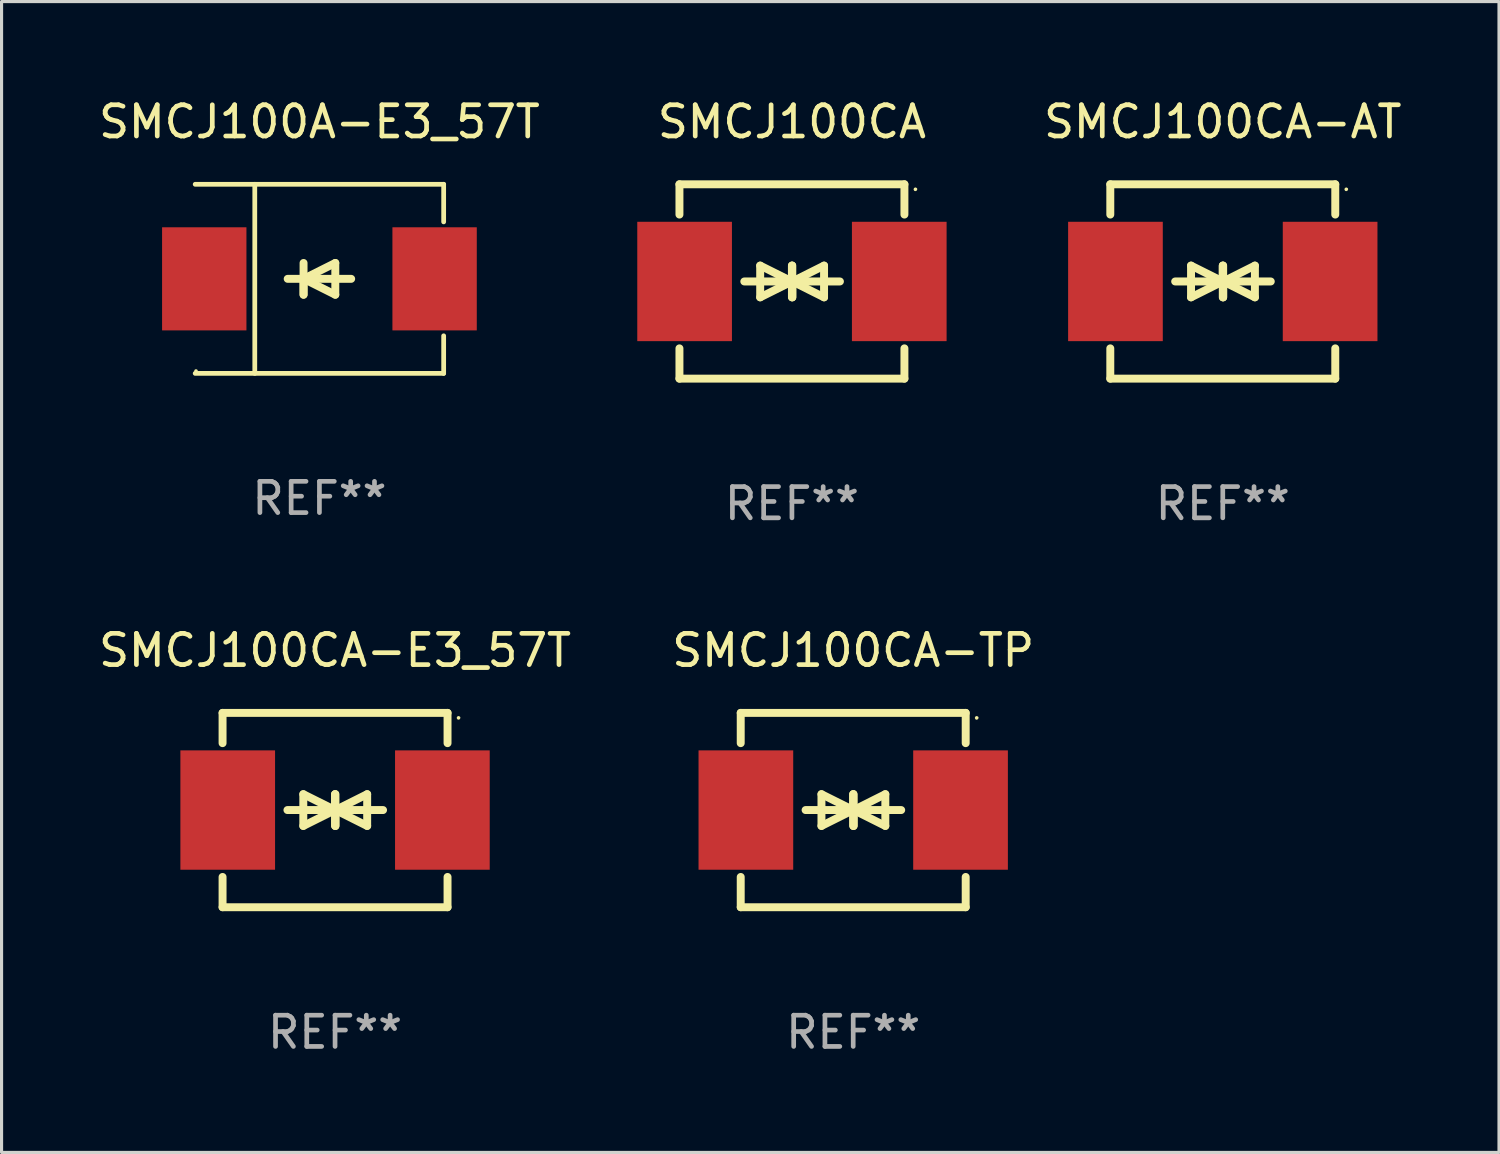
<source format=kicad_pcb>
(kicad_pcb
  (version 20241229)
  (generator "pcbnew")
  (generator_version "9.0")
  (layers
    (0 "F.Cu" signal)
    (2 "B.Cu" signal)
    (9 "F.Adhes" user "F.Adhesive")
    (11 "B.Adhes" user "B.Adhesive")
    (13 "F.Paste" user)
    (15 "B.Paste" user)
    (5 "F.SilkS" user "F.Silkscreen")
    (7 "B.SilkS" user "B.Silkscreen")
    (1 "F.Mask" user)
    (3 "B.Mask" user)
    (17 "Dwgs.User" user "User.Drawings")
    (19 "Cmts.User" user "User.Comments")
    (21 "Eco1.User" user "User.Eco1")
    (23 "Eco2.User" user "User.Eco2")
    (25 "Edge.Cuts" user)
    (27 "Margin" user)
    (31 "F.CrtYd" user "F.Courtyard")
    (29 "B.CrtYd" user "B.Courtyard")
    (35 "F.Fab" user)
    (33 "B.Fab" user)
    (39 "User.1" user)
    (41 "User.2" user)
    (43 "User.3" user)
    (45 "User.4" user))
  (footprint "SMCJ100CA"
    (layer "F.Cu")
    (at 22.295 5.958)
    (property "Reference" "SMCJ100CA" (at 0 -5.11 0) (layer "F.SilkS") (effects (font (size 1 1) (thickness 0.15))))
    (attr through_hole)
    (fp_line (start -3.6 -2.141) (end -3.6 -3.11) (stroke (width 0.254) (type solid)) (layer "F.SilkS"))
    (fp_line (start -3.6 3.11) (end -3.6 2.141) (stroke (width 0.254) (type solid)) (layer "F.SilkS"))
    (fp_line (start -1.524 0) (end 0.508 0) (stroke (width 0.254) (type solid)) (layer "F.SilkS"))
    (fp_line (start -1.016 -0.508) (end -1.016 0.508) (stroke (width 0.254) (type solid)) (layer "F.SilkS"))
    (fp_line (start -1.016 0.508) (end 0 0) (stroke (width 0.254) (type solid)) (layer "F.SilkS"))
    (fp_line (start 0 -0.508) (end 0 0.508) (stroke (width 0.254) (type solid)) (layer "F.SilkS"))
    (fp_line (start 0 0) (end -1.016 -0.508) (stroke (width 0.254) (type solid)) (layer "F.SilkS"))
    (fp_line (start 0 0) (end 0 -0.508) (stroke (width 0.254) (type solid)) (layer "F.SilkS"))
    (fp_line (start 0.012 0) (end 0.012 0.508) (stroke (width 0.254) (type solid)) (layer "F.SilkS"))
    (fp_line (start 0.012 0) (end 1.028 0.508) (stroke (width 0.254) (type solid)) (layer "F.SilkS"))
    (fp_line (start 0.012 0.508) (end 0.012 -0.508) (stroke (width 0.254) (type solid)) (layer "F.SilkS"))
    (fp_line (start 1.028 -0.508) (end 0.012 0) (stroke (width 0.254) (type solid)) (layer "F.SilkS"))
    (fp_line (start 1.028 0.508) (end 1.028 -0.508) (stroke (width 0.254) (type solid)) (layer "F.SilkS"))
    (fp_line (start 1.536 0) (end -0.496 0) (stroke (width 0.254) (type solid)) (layer "F.SilkS"))
    (fp_line (start 3.6 -3.11) (end -3.6 -3.11) (stroke (width 0.254) (type solid)) (layer "F.SilkS"))
    (fp_line (start 3.6 -2.141) (end 3.6 -3.11) (stroke (width 0.254) (type solid)) (layer "F.SilkS"))
    (fp_line (start 3.6 3.11) (end -3.6 3.11) (stroke (width 0.254) (type solid)) (layer "F.SilkS"))
    (fp_line (start 3.6 3.11) (end 3.6 2.141) (stroke (width 0.254) (type solid)) (layer "F.SilkS"))
    (fp_circle (center 3.952 -2.95) (end 3.982 -2.95) (stroke (width 0.06) (type solid)) (fill no) (layer "F.SilkS"))
    (fp_text user "REF**" (at 0 7.11 0) (layer "F.Fab") (effects (font (size 1 1) (thickness 0.15))))
    (pad "1" smd rect (at 3.435 0) (size 3.03 3.82) (layers "F.Cu" "F.Mask" "F.Paste"))
    (pad "2" smd rect (at -3.435 0) (size 3.03 3.82) (layers "F.Cu" "F.Mask" "F.Paste")))
  (footprint "SMCJ100CA-AT"
    (layer "F.Cu")
    (at 36.084 5.958)
    (property "Reference" "SMCJ100CA-AT" (at 0 -5.11 0) (layer "F.SilkS") (effects (font (size 1 1) (thickness 0.15))))
    (attr through_hole)
    (fp_line (start -3.6 -2.141) (end -3.6 -3.11) (stroke (width 0.254) (type solid)) (layer "F.SilkS"))
    (fp_line (start -3.6 3.11) (end -3.6 2.141) (stroke (width 0.254) (type solid)) (layer "F.SilkS"))
    (fp_line (start -1.524 0) (end 0.508 0) (stroke (width 0.254) (type solid)) (layer "F.SilkS"))
    (fp_line (start -1.016 -0.508) (end -1.016 0.508) (stroke (width 0.254) (type solid)) (layer "F.SilkS"))
    (fp_line (start -1.016 0.508) (end 0 0) (stroke (width 0.254) (type solid)) (layer "F.SilkS"))
    (fp_line (start 0 -0.508) (end 0 0.508) (stroke (width 0.254) (type solid)) (layer "F.SilkS"))
    (fp_line (start 0 0) (end -1.016 -0.508) (stroke (width 0.254) (type solid)) (layer "F.SilkS"))
    (fp_line (start 0 0) (end 0 -0.508) (stroke (width 0.254) (type solid)) (layer "F.SilkS"))
    (fp_line (start 0.012 0) (end 0.012 0.508) (stroke (width 0.254) (type solid)) (layer "F.SilkS"))
    (fp_line (start 0.012 0) (end 1.028 0.508) (stroke (width 0.254) (type solid)) (layer "F.SilkS"))
    (fp_line (start 0.012 0.508) (end 0.012 -0.508) (stroke (width 0.254) (type solid)) (layer "F.SilkS"))
    (fp_line (start 1.028 -0.508) (end 0.012 0) (stroke (width 0.254) (type solid)) (layer "F.SilkS"))
    (fp_line (start 1.028 0.508) (end 1.028 -0.508) (stroke (width 0.254) (type solid)) (layer "F.SilkS"))
    (fp_line (start 1.536 0) (end -0.496 0) (stroke (width 0.254) (type solid)) (layer "F.SilkS"))
    (fp_line (start 3.6 -3.11) (end -3.6 -3.11) (stroke (width 0.254) (type solid)) (layer "F.SilkS"))
    (fp_line (start 3.6 -2.141) (end 3.6 -3.11) (stroke (width 0.254) (type solid)) (layer "F.SilkS"))
    (fp_line (start 3.6 3.11) (end -3.6 3.11) (stroke (width 0.254) (type solid)) (layer "F.SilkS"))
    (fp_line (start 3.6 3.11) (end 3.6 2.141) (stroke (width 0.254) (type solid)) (layer "F.SilkS"))
    (fp_circle (center 3.952 -2.95) (end 3.982 -2.95) (stroke (width 0.06) (type solid)) (fill no) (layer "F.SilkS"))
    (fp_text user "REF**" (at 0 7.11 0) (layer "F.Fab") (effects (font (size 1 1) (thickness 0.15))))
    (pad "1" smd rect (at 3.435 0) (size 3.03 3.82) (layers "F.Cu" "F.Mask" "F.Paste"))
    (pad "2" smd rect (at -3.435 0) (size 3.03 3.82) (layers "F.Cu" "F.Mask" "F.Paste")))
  (footprint "SMCJ100CA-TP"
    (layer "F.Cu")
    (at 24.256 22.875)
    (property "Reference" "SMCJ100CA-TP" (at 0 -5.11 0) (layer "F.SilkS") (effects (font (size 1 1) (thickness 0.15))))
    (attr through_hole)
    (fp_line (start -3.6 -2.141) (end -3.6 -3.11) (stroke (width 0.254) (type solid)) (layer "F.SilkS"))
    (fp_line (start -3.6 3.11) (end -3.6 2.141) (stroke (width 0.254) (type solid)) (layer "F.SilkS"))
    (fp_line (start -1.524 0) (end 0.508 0) (stroke (width 0.254) (type solid)) (layer "F.SilkS"))
    (fp_line (start -1.016 -0.508) (end -1.016 0.508) (stroke (width 0.254) (type solid)) (layer "F.SilkS"))
    (fp_line (start -1.016 0.508) (end 0 0) (stroke (width 0.254) (type solid)) (layer "F.SilkS"))
    (fp_line (start 0 -0.508) (end 0 0.508) (stroke (width 0.254) (type solid)) (layer "F.SilkS"))
    (fp_line (start 0 0) (end -1.016 -0.508) (stroke (width 0.254) (type solid)) (layer "F.SilkS"))
    (fp_line (start 0 0) (end 0 -0.508) (stroke (width 0.254) (type solid)) (layer "F.SilkS"))
    (fp_line (start 0.012 0) (end 0.012 0.508) (stroke (width 0.254) (type solid)) (layer "F.SilkS"))
    (fp_line (start 0.012 0) (end 1.028 0.508) (stroke (width 0.254) (type solid)) (layer "F.SilkS"))
    (fp_line (start 0.012 0.508) (end 0.012 -0.508) (stroke (width 0.254) (type solid)) (layer "F.SilkS"))
    (fp_line (start 1.028 -0.508) (end 0.012 0) (stroke (width 0.254) (type solid)) (layer "F.SilkS"))
    (fp_line (start 1.028 0.508) (end 1.028 -0.508) (stroke (width 0.254) (type solid)) (layer "F.SilkS"))
    (fp_line (start 1.536 0) (end -0.496 0) (stroke (width 0.254) (type solid)) (layer "F.SilkS"))
    (fp_line (start 3.6 -3.11) (end -3.6 -3.11) (stroke (width 0.254) (type solid)) (layer "F.SilkS"))
    (fp_line (start 3.6 -2.141) (end 3.6 -3.11) (stroke (width 0.254) (type solid)) (layer "F.SilkS"))
    (fp_line (start 3.6 3.11) (end -3.6 3.11) (stroke (width 0.254) (type solid)) (layer "F.SilkS"))
    (fp_line (start 3.6 3.11) (end 3.6 2.141) (stroke (width 0.254) (type solid)) (layer "F.SilkS"))
    (fp_circle (center 3.952 -2.95) (end 3.982 -2.95) (stroke (width 0.06) (type solid)) (fill no) (layer "F.SilkS"))
    (fp_text user "REF**" (at 0 7.11 0) (layer "F.Fab") (effects (font (size 1 1) (thickness 0.15))))
    (pad "1" smd rect (at 3.435 0) (size 3.03 3.82) (layers "F.Cu" "F.Mask" "F.Paste"))
    (pad "2" smd rect (at -3.435 0) (size 3.03 3.82) (layers "F.Cu" "F.Mask" "F.Paste")))
  (footprint "SMCJ100CA-E3_57T"
    (layer "F.Cu")
    (at 7.673 22.875)
    (property "Reference" "SMCJ100CA-E3_57T" (at 0 -5.11 0) (layer "F.SilkS") (effects (font (size 1 1) (thickness 0.15))))
    (attr through_hole)
    (fp_line (start -3.6 -2.141) (end -3.6 -3.11) (stroke (width 0.254) (type solid)) (layer "F.SilkS"))
    (fp_line (start -3.6 3.11) (end -3.6 2.141) (stroke (width 0.254) (type solid)) (layer "F.SilkS"))
    (fp_line (start -1.524 0) (end 0.508 0) (stroke (width 0.254) (type solid)) (layer "F.SilkS"))
    (fp_line (start -1.016 -0.508) (end -1.016 0.508) (stroke (width 0.254) (type solid)) (layer "F.SilkS"))
    (fp_line (start -1.016 0.508) (end 0 0) (stroke (width 0.254) (type solid)) (layer "F.SilkS"))
    (fp_line (start 0 -0.508) (end 0 0.508) (stroke (width 0.254) (type solid)) (layer "F.SilkS"))
    (fp_line (start 0 0) (end -1.016 -0.508) (stroke (width 0.254) (type solid)) (layer "F.SilkS"))
    (fp_line (start 0 0) (end 0 -0.508) (stroke (width 0.254) (type solid)) (layer "F.SilkS"))
    (fp_line (start 0.012 0) (end 0.012 0.508) (stroke (width 0.254) (type solid)) (layer "F.SilkS"))
    (fp_line (start 0.012 0) (end 1.028 0.508) (stroke (width 0.254) (type solid)) (layer "F.SilkS"))
    (fp_line (start 0.012 0.508) (end 0.012 -0.508) (stroke (width 0.254) (type solid)) (layer "F.SilkS"))
    (fp_line (start 1.028 -0.508) (end 0.012 0) (stroke (width 0.254) (type solid)) (layer "F.SilkS"))
    (fp_line (start 1.028 0.508) (end 1.028 -0.508) (stroke (width 0.254) (type solid)) (layer "F.SilkS"))
    (fp_line (start 1.536 0) (end -0.496 0) (stroke (width 0.254) (type solid)) (layer "F.SilkS"))
    (fp_line (start 3.6 -3.11) (end -3.6 -3.11) (stroke (width 0.254) (type solid)) (layer "F.SilkS"))
    (fp_line (start 3.6 -2.141) (end 3.6 -3.11) (stroke (width 0.254) (type solid)) (layer "F.SilkS"))
    (fp_line (start 3.6 3.11) (end -3.6 3.11) (stroke (width 0.254) (type solid)) (layer "F.SilkS"))
    (fp_line (start 3.6 3.11) (end 3.6 2.141) (stroke (width 0.254) (type solid)) (layer "F.SilkS"))
    (fp_circle (center 3.952 -2.95) (end 3.982 -2.95) (stroke (width 0.06) (type solid)) (fill no) (layer "F.SilkS"))
    (fp_text user "REF**" (at 0 7.11 0) (layer "F.Fab") (effects (font (size 1 1) (thickness 0.15))))
    (pad "1" smd rect (at 3.435 0) (size 3.03 3.82) (layers "F.Cu" "F.Mask" "F.Paste"))
    (pad "2" smd rect (at -3.435 0) (size 3.03 3.82) (layers "F.Cu" "F.Mask" "F.Paste")))
  (footprint "SMCJ100A-E3_57T"
    (layer "F.Cu")
    (at 7.173 5.874)
    (property "Reference" "SMCJ100A-E3_57T" (at 0 -5.026 0) (layer "F.SilkS") (effects (font (size 1 1) (thickness 0.15))))
    (attr through_hole)
    (fp_line (start -3.976 -3.026) (end 3.976 -3.026) (stroke (width 0.152) (type solid)) (layer "F.SilkS"))
    (fp_line (start -3.976 3.026) (end 3.976 3.026) (stroke (width 0.152) (type solid)) (layer "F.SilkS"))
    (fp_line (start -2.069 -3.026) (end -2.069 3.026) (stroke (width 0.152) (type solid)) (layer "F.SilkS"))
    (fp_line (start -0.508 0) (end -0.508 0.508) (stroke (width 0.254) (type solid)) (layer "F.SilkS"))
    (fp_line (start -0.508 0) (end 0.508 0.508) (stroke (width 0.254) (type solid)) (layer "F.SilkS"))
    (fp_line (start -0.508 0.508) (end -0.508 -0.508) (stroke (width 0.254) (type solid)) (layer "F.SilkS"))
    (fp_line (start 0.508 -0.508) (end -0.508 0) (stroke (width 0.254) (type solid)) (layer "F.SilkS"))
    (fp_line (start 0.508 0.508) (end 0.508 -0.508) (stroke (width 0.254) (type solid)) (layer "F.SilkS"))
    (fp_line (start 1.016 0) (end -1.016 0) (stroke (width 0.254) (type solid)) (layer "F.SilkS"))
    (fp_line (start 3.976 -3.026) (end 3.976 -1.823) (stroke (width 0.152) (type solid)) (layer "F.SilkS"))
    (fp_line (start 3.976 3.026) (end 3.976 1.823) (stroke (width 0.152) (type solid)) (layer "F.SilkS"))
    (fp_circle (center -3.95 2.95) (end -3.92 2.95) (stroke (width 0.06) (type solid)) (fill no) (layer "F.SilkS"))
    (fp_text user "REF**" (at 0 7.026 0) (layer "F.Fab") (effects (font (size 1 1) (thickness 0.15))))
    (pad "1" smd rect (at -3.686 0) (size 2.7 3.3) (layers "F.Cu" "F.Mask" "F.Paste"))
    (pad "2" smd rect (at 3.686 0) (size 2.7 3.3) (layers "F.Cu" "F.Mask" "F.Paste")))
  (gr_rect
    (start -3 -3)
    (end 44.924 33.833)
    (stroke (width 0.1) (type default))
    (fill no)
    (layer "Edge.Cuts")))
</source>
